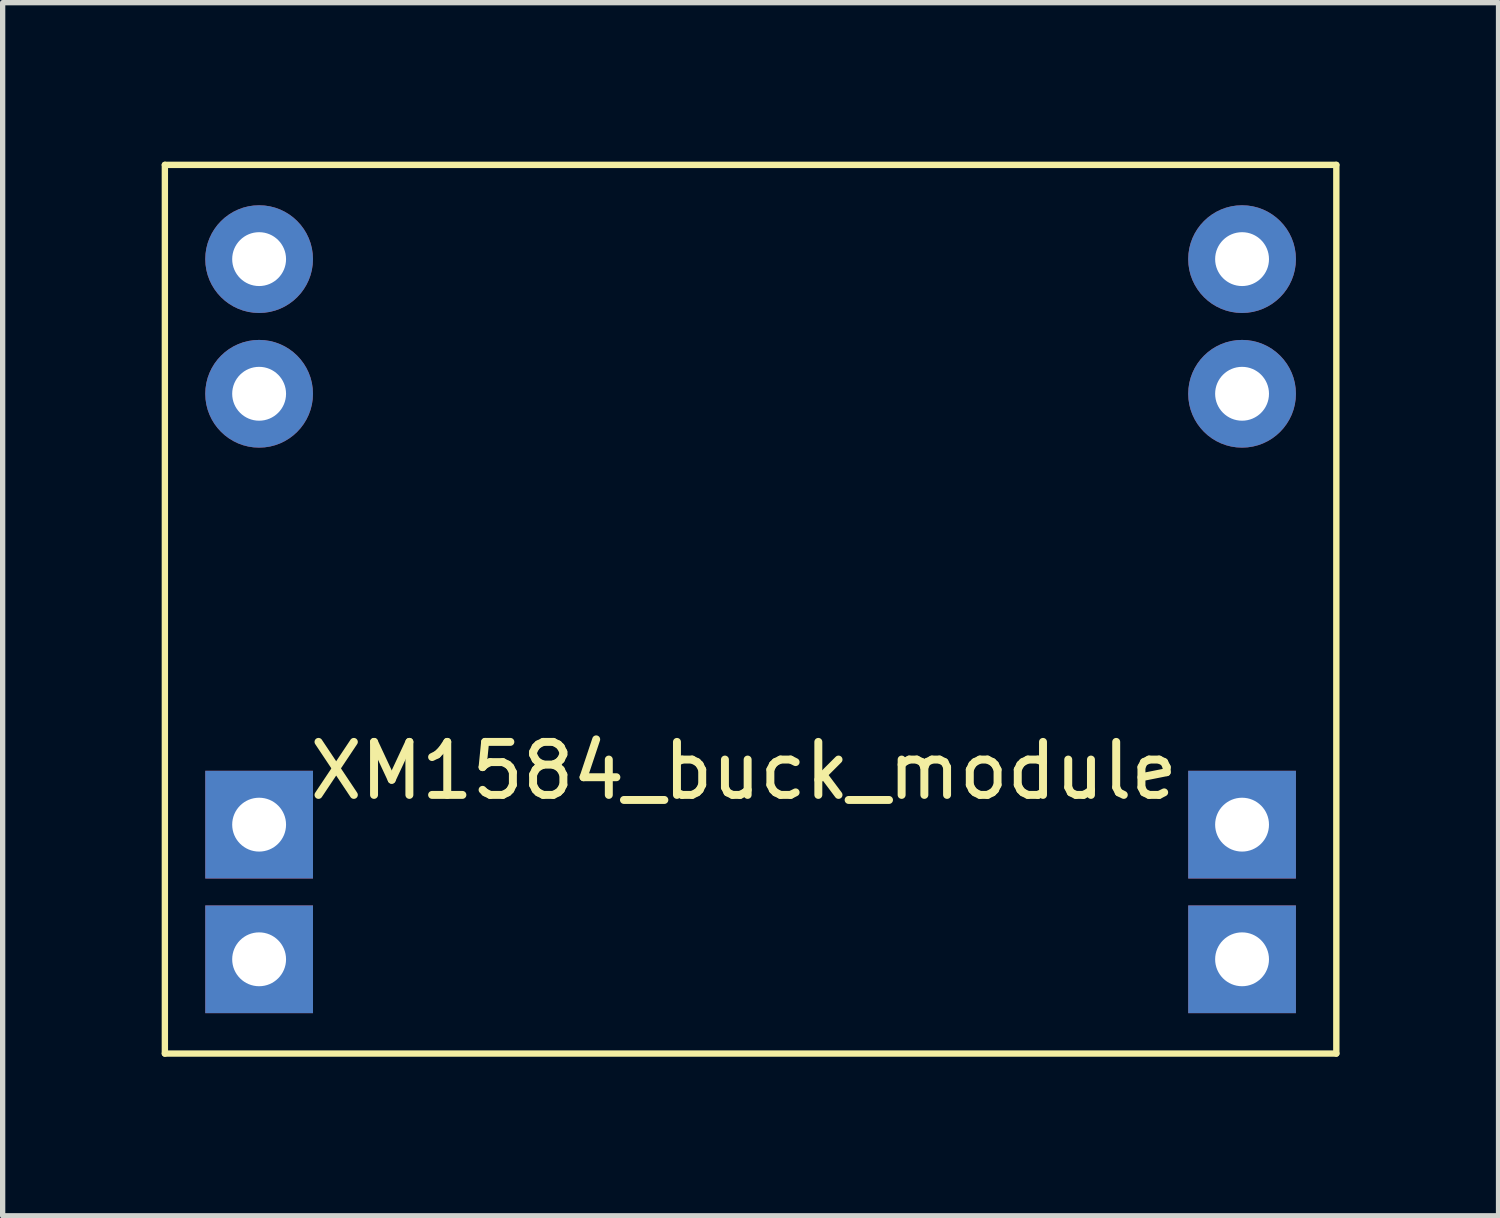
<source format=kicad_pcb>
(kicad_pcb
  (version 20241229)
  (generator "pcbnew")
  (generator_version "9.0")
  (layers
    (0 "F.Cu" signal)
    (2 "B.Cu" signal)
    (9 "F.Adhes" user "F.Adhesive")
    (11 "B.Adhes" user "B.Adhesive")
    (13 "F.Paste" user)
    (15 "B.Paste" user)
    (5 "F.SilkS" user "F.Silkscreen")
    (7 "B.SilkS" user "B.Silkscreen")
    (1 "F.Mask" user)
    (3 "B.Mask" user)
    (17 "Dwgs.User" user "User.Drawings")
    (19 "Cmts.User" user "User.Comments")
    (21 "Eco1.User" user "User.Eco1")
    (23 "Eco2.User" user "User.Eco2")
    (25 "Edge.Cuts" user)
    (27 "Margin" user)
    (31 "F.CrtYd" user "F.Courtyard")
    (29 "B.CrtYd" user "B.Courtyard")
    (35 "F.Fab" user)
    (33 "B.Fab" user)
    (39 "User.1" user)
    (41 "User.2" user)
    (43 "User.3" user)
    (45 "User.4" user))
  (footprint "XM1584_buck_module"
    (layer "F.Cu")
    (at 1.838 1.838)
    (property "Reference" "XM1584_buck_module" (at 9.144 9.652 0) (layer "F.SilkS") (effects (font (size 1 1) (thickness 0.15))))
    (attr through_hole)
    (fp_line (start -1.778 -1.778) (end 20.32 -1.778) (stroke (width 0.12) (type solid)) (layer "F.SilkS"))
    (fp_line (start -1.778 14.986) (end -1.778 -1.778) (stroke (width 0.12) (type solid)) (layer "F.SilkS"))
    (fp_line (start 20.32 -1.778) (end 20.32 14.986) (stroke (width 0.12) (type solid)) (layer "F.SilkS"))
    (fp_line (start 20.32 14.986) (end -1.778 14.986) (stroke (width 0.12) (type solid)) (layer "F.SilkS"))
    (pad "1" thru_hole circle (at 0 0) (size 2.032 2.032) (drill 1.016) (layers "*.Cu" "*.Mask"))
    (pad "1" thru_hole circle (at 0 2.54) (size 2.032 2.032) (drill 1.016) (layers "*.Cu" "*.Mask"))
    (pad "1" thru_hole circle (at 18.542 0) (size 2.032 2.032) (drill 1.016) (layers "*.Cu" "*.Mask"))
    (pad "1" thru_hole circle (at 18.542 2.54) (size 2.032 2.032) (drill 1.016) (layers "*.Cu" "*.Mask"))
    (pad "2" thru_hole rect (at 0 10.668) (size 2.032 2.032) (drill 1.016) (layers "*.Cu" "*.Mask"))
    (pad "2" thru_hole rect (at 0 13.208) (size 2.032 2.032) (drill 1.016) (layers "*.Cu" "*.Mask"))
    (pad "3" thru_hole rect (at 18.542 10.668) (size 2.032 2.032) (drill 1.016) (layers "*.Cu" "*.Mask"))
    (pad "3" thru_hole rect (at 18.542 13.208) (size 2.032 2.032) (drill 1.016) (layers "*.Cu" "*.Mask")))
  (gr_rect
    (start -3 -3)
    (end 25.218 19.884)
    (stroke (width 0.1) (type default))
    (fill no)
    (layer "Edge.Cuts")))
</source>
